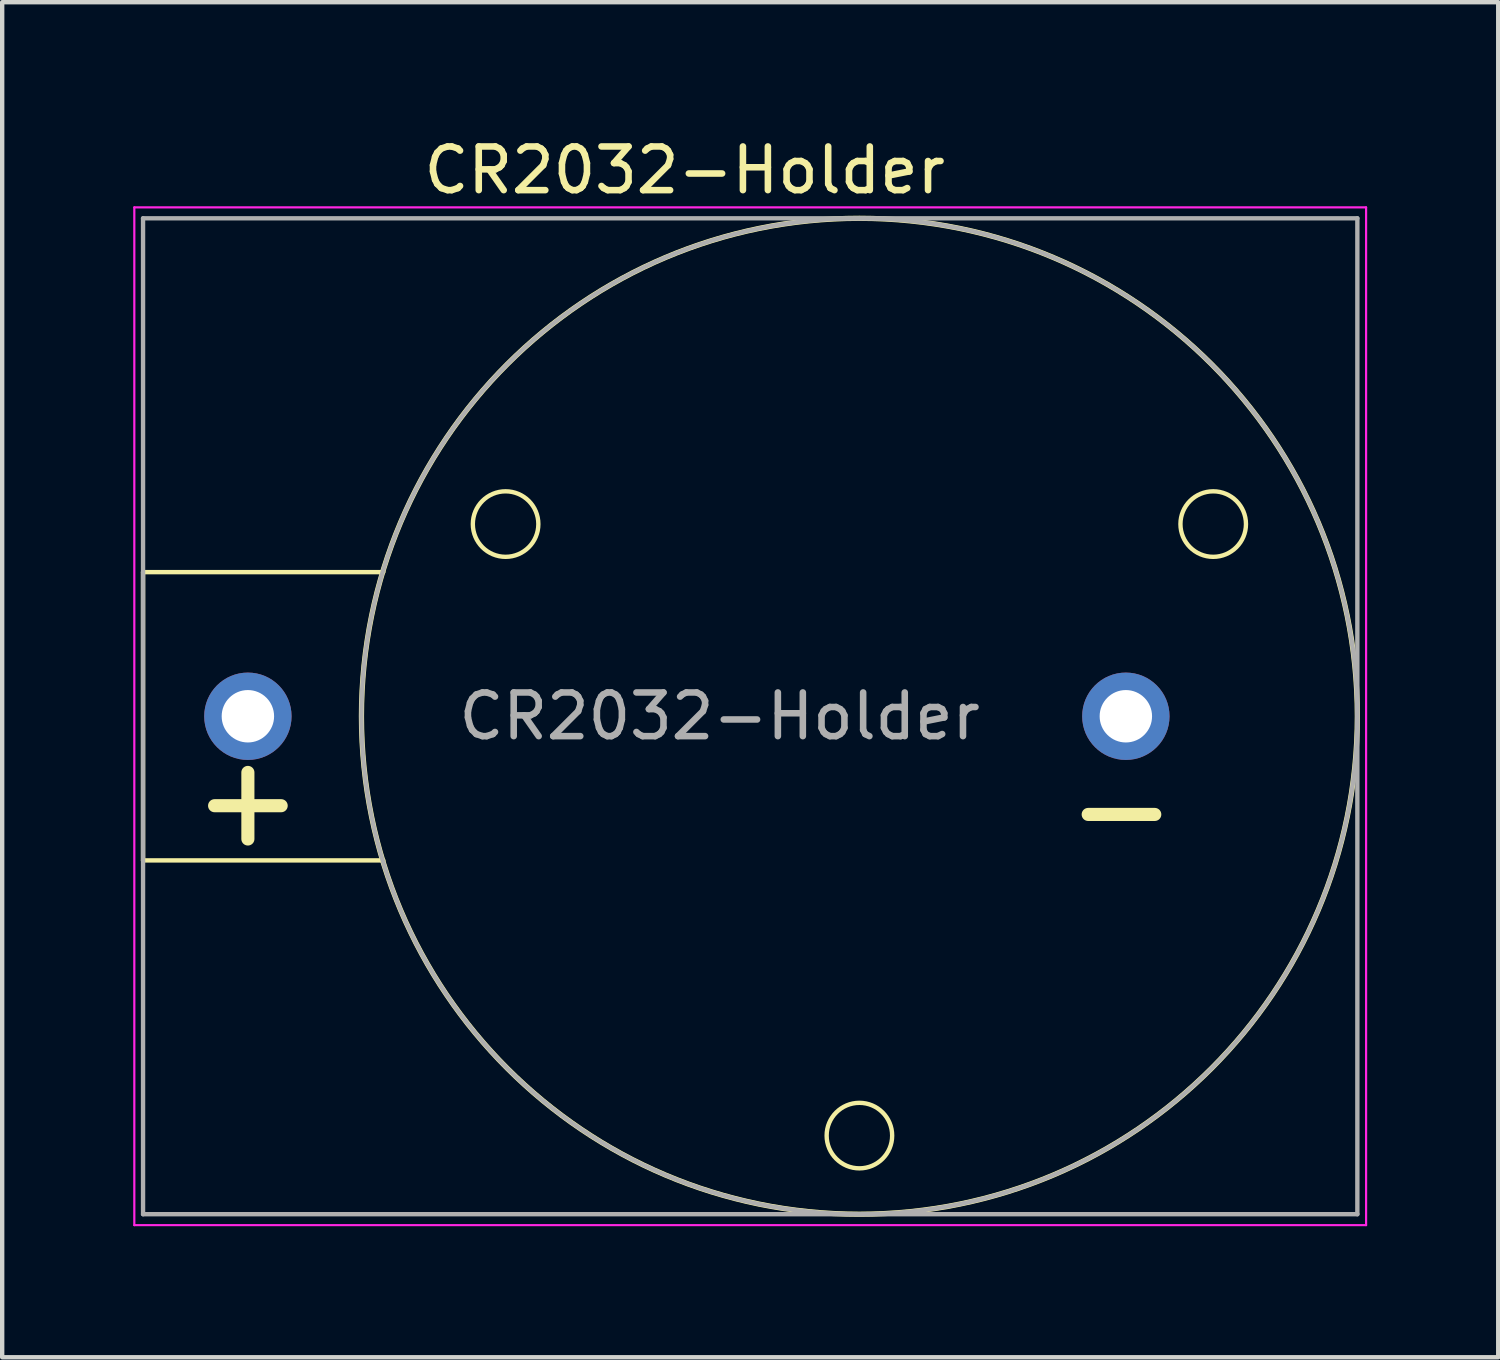
<source format=kicad_pcb>
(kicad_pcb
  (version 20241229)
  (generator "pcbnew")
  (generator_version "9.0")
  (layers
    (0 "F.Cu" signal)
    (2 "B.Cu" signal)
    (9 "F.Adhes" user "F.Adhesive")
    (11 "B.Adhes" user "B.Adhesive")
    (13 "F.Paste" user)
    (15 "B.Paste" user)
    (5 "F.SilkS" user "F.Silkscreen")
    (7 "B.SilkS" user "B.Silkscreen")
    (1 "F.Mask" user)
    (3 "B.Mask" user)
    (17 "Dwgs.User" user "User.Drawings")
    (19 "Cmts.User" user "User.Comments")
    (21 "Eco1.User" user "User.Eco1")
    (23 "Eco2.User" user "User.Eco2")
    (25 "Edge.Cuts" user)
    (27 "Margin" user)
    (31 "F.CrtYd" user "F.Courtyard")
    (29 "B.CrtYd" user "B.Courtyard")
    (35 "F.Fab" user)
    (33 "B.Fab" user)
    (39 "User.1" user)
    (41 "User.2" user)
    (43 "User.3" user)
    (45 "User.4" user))
  (footprint "CR2032-Holder"
    (layer "F.Cu")
    (at 12.625 13.348)
    (property "Reference" "CR2032-Holder" (at 0 -12.5 0) (layer "F.SilkS") (effects (font (size 1 1) (thickness 0.15))))
    (attr through_hole)
    (fp_line (start -12.4 3.3) (end -12.4 -3.3) (stroke (width 0.1) (type default)) (layer "F.SilkS"))
    (fp_line (start -6.9 -3.3) (end -12.4 -3.3) (stroke (width 0.1) (type default)) (layer "F.SilkS"))
    (fp_line (start -6.9 3.3) (end -12.4 3.3) (stroke (width 0.1) (type default)) (layer "F.SilkS"))
    (fp_circle (center -4.1 -4.4) (end -3.35 -4.4) (stroke (width 0.1) (type solid)) (fill no) (layer "F.SilkS"))
    (fp_circle (center 4 0) (end 15.4 0) (stroke (width 0.12) (type solid)) (fill no) (layer "F.SilkS"))
    (fp_circle (center 4 9.6) (end 4.75 9.6) (stroke (width 0.1) (type solid)) (fill no) (layer "F.SilkS"))
    (fp_circle (center 12.1 -4.4) (end 12.85 -4.4) (stroke (width 0.1) (type solid)) (fill no) (layer "F.SilkS"))
    (fp_line (start -12.6 -11.65) (end 15.6 -11.65) (stroke (width 0.05) (type solid)) (layer "F.CrtYd"))
    (fp_line (start -12.6 11.65) (end -12.6 -11.65) (stroke (width 0.05) (type solid)) (layer "F.CrtYd"))
    (fp_line (start -12.6 11.65) (end 15.6 11.65) (stroke (width 0.05) (type solid)) (layer "F.CrtYd"))
    (fp_line (start 15.6 -11.65) (end 15.6 11.65) (stroke (width 0.05) (type solid)) (layer "F.CrtYd"))
    (fp_line (start -12.4 -11.4) (end 15.4 -11.4) (stroke (width 0.1) (type solid)) (layer "F.Fab"))
    (fp_line (start -12.4 11.4) (end -12.4 -11.4) (stroke (width 0.1) (type solid)) (layer "F.Fab"))
    (fp_line (start 15.4 -11.4) (end 15.4 11.4) (stroke (width 0.1) (type solid)) (layer "F.Fab"))
    (fp_line (start 15.4 11.4) (end -12.4 11.4) (stroke (width 0.1) (type solid)) (layer "F.Fab"))
    (fp_circle (center 4 0) (end 15.4 0) (stroke (width 0.1) (type solid)) (fill no) (layer "F.Fab"))
    (fp_text user "-" (at 10 2.1 0) (layer "F.SilkS") (effects (font (size 2 2) (thickness 0.3))))
    (fp_text user "+" (at -10 1.9 0) (layer "F.SilkS") (effects (font (size 2 2) (thickness 0.3))))
    (fp_text user "${REFERENCE}" (at 0.8 0 0) (layer "F.Fab") (effects (font (size 1 1) (thickness 0.15))))
    (pad "1" thru_hole circle (at -10 0) (size 2 2) (drill 1.2) (layers "*.Cu" "*.Mask"))
    (pad "2" thru_hole circle (at 10.1 0) (size 2 2) (drill 1.2) (layers "*.Cu" "*.Mask")))
  (gr_rect
    (start -3 -3)
    (end 31.25 28.023)
    (stroke (width 0.1) (type default))
    (fill no)
    (layer "Edge.Cuts")))
</source>
